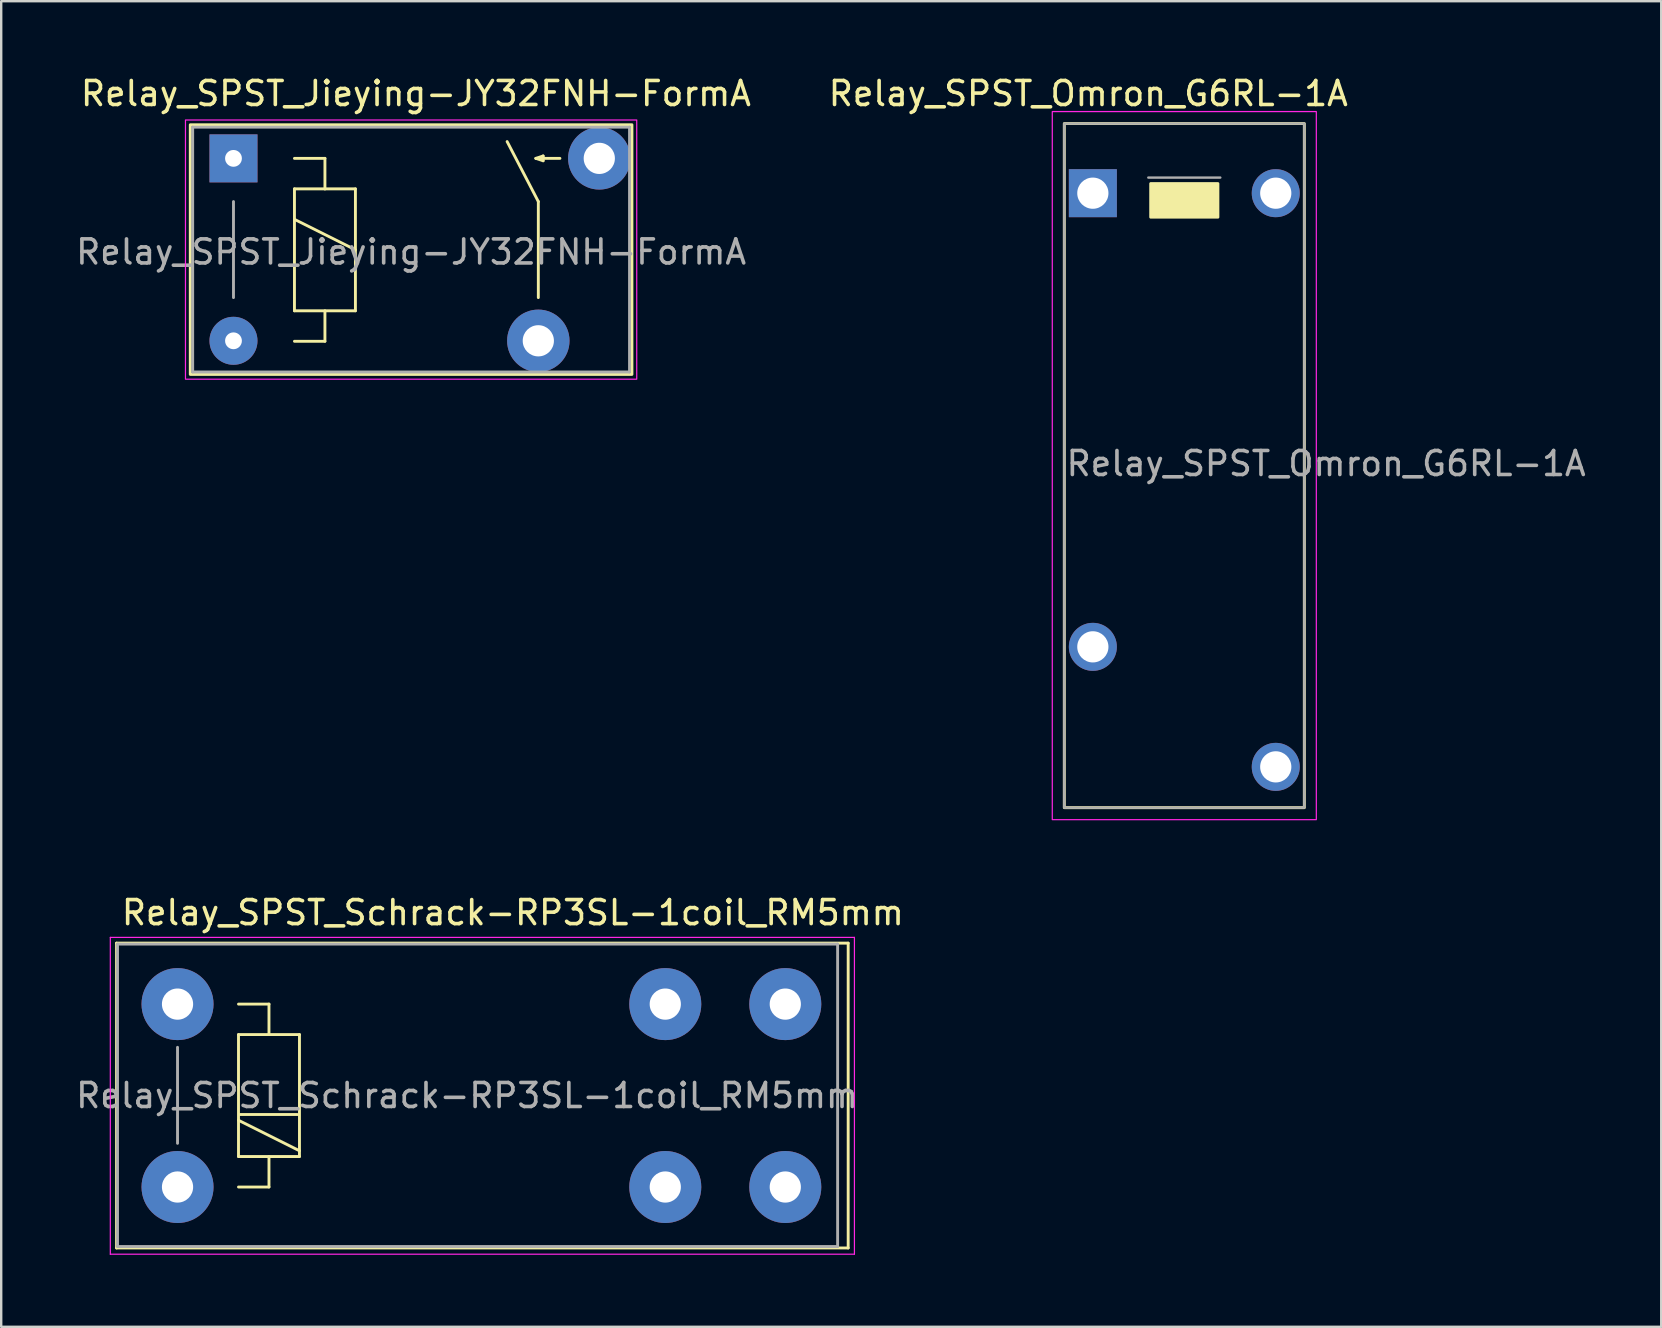
<source format=kicad_pcb>
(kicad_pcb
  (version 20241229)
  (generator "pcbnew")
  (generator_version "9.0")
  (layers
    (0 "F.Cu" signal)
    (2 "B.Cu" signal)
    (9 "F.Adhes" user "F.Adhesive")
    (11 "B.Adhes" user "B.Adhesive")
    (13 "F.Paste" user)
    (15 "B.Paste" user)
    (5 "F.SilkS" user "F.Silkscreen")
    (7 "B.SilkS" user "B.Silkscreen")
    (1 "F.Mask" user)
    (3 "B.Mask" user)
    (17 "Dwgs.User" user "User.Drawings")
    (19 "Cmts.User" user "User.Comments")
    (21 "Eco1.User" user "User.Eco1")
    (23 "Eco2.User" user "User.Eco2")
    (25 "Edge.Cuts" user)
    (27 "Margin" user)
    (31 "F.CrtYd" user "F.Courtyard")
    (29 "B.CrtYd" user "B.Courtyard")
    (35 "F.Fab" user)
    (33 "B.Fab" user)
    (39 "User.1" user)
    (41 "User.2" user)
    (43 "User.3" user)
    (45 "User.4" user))
  (footprint "Relay_SPST_Jieying-JY32FNH-FormA"
    (layer "F.Cu")
    (at 6.677 3.548)
    (property "Reference" "Relay_SPST_Jieying-JY32FNH-FormA" (at 7.6 -2.7 0) (layer "F.SilkS") (effects (font (size 1 1) (thickness 0.15))))
    (attr through_hole)
    (fp_line (start 2.54 0) (end 3.81 0) (stroke (width 0.12) (type solid)) (layer "F.SilkS"))
    (fp_line (start 2.54 1.27) (end 3.81 1.27) (stroke (width 0.12) (type solid)) (layer "F.SilkS"))
    (fp_line (start 2.54 2.54) (end 5.08 3.81) (stroke (width 0.12) (type solid)) (layer "F.SilkS"))
    (fp_line (start 2.54 6.35) (end 2.54 1.27) (stroke (width 0.12) (type solid)) (layer "F.SilkS"))
    (fp_line (start 3.81 0) (end 3.81 1.27) (stroke (width 0.12) (type solid)) (layer "F.SilkS"))
    (fp_line (start 3.81 1.27) (end 5.08 1.27) (stroke (width 0.12) (type solid)) (layer "F.SilkS"))
    (fp_line (start 3.81 6.35) (end 3.81 7.62) (stroke (width 0.12) (type solid)) (layer "F.SilkS"))
    (fp_line (start 3.81 7.62) (end 2.54 7.62) (stroke (width 0.12) (type solid)) (layer "F.SilkS"))
    (fp_line (start 5.08 1.27) (end 5.08 6.35) (stroke (width 0.12) (type solid)) (layer "F.SilkS"))
    (fp_line (start 5.08 6.35) (end 2.54 6.35) (stroke (width 0.12) (type solid)) (layer "F.SilkS"))
    (fp_line (start 12.6 0) (end 12.9 -0.1) (stroke (width 0.12) (type default)) (layer "F.SilkS"))
    (fp_line (start 12.7 1.8) (end 11.4 -0.7) (stroke (width 0.12) (type default)) (layer "F.SilkS"))
    (fp_line (start 12.7 5.8) (end 12.7 1.8) (stroke (width 0.12) (type default)) (layer "F.SilkS"))
    (fp_line (start 12.9 -0.1) (end 12.9 0.1) (stroke (width 0.12) (type default)) (layer "F.SilkS"))
    (fp_line (start 12.9 0.1) (end 12.6 0) (stroke (width 0.12) (type default)) (layer "F.SilkS"))
    (fp_line (start 13.6 0) (end 12.6 0) (stroke (width 0.12) (type default)) (layer "F.SilkS"))
    (fp_rect (start -1.8 -1.4) (end 16.6 9) (stroke (width 0.12) (type default)) (fill no) (layer "F.SilkS"))
    (fp_rect (start -2 -1.6) (end 16.8 9.2) (stroke (width 0.05) (type default)) (fill no) (layer "F.CrtYd"))
    (fp_line (start -1.7 8.9) (end -1.7 -1.3) (stroke (width 0.12) (type solid)) (layer "F.Fab"))
    (fp_line (start -1.7 8.9) (end 16.5 8.9) (stroke (width 0.12) (type default)) (layer "F.Fab"))
    (fp_line (start 0 1.8) (end 0 5.8) (stroke (width 0.12) (type solid)) (layer "F.Fab"))
    (fp_line (start 16.5 -1.3) (end -1.7 -1.3) (stroke (width 0.12) (type default)) (layer "F.Fab"))
    (fp_line (start 16.5 8.9) (end 16.5 -1.3) (stroke (width 0.12) (type default)) (layer "F.Fab"))
    (fp_text user "${REFERENCE}" (at 7.4 3.9 0) (layer "F.Fab") (effects (font (size 1 1) (thickness 0.15))))
    (pad "11" thru_hole circle (at 15.24 0) (size 2.6 2.6) (drill 1.3) (layers "*.Cu" "*.Mask"))
    (pad "14" thru_hole circle (at 12.7 7.6) (size 2.6 2.6) (drill 1.3) (layers "*.Cu" "*.Mask"))
    (pad "A1" thru_hole rect (at 0 0) (size 2 2) (drill 0.7) (layers "*.Cu" "*.Mask"))
    (pad "A2" thru_hole circle (at 0 7.6) (size 2 2) (drill 0.7) (layers "*.Cu" "*.Mask")))
  (footprint "Relay_SPST_Omron_G6RL-1A"
    (layer "F.Cu")
    (at 42.479 4.998)
    (property "Reference" "Relay_SPST_Omron_G6RL-1A" (at -0.19 -4.15 0) (unlocked yes) (layer "F.SilkS") (effects (font (size 1 1) (thickness 0.15))))
    (attr through_hole)
    (fp_rect (start -1.19 -2.9) (end 8.81 25.6) (stroke (width 0.12) (type solid)) (fill no) (layer "F.SilkS"))
    (fp_rect (start 2.41 -0.4) (end 5.21 1) (stroke (width 0.12) (type solid)) (fill yes) (layer "F.SilkS"))
    (fp_rect (start -1.69 -3.4) (end 9.31 26.1) (stroke (width 0.05) (type default)) (fill no) (layer "F.CrtYd"))
    (fp_line (start 2.31 -0.65) (end 5.31 -0.65) (stroke (width 0.1) (type default)) (layer "F.Fab"))
    (fp_rect (start -1.19 -2.9) (end 8.81 25.6) (stroke (width 0.1) (type default)) (fill no) (layer "F.Fab"))
    (fp_text user "${REFERENCE}" (at -1.19 11.85 0) (unlocked yes) (layer "F.Fab") (effects (font (size 1 1) (thickness 0.15)) (justify left bottom)))
    (pad "1" thru_hole rect (at 0 0 90) (size 2 2) (drill 1.3) (layers "*.Cu" "*.Mask"))
    (pad "2" thru_hole circle (at 0 18.9 90) (size 2 2) (drill 1.3) (layers "*.Cu" "*.Mask"))
    (pad "3" thru_hole circle (at 7.62 23.9 90) (size 2 2) (drill 1.3) (layers "*.Cu" "*.Mask"))
    (pad "5" thru_hole circle (at 7.62 0 90) (size 2 2) (drill 1.3) (layers "*.Cu" "*.Mask")))
  (footprint "Relay_SPST_Schrack-RP3SL-1coil_RM5mm"
    (layer "F.Cu")
    (at 4.346 38.782)
    (property "Reference" "Relay_SPST_Schrack-RP3SL-1coil_RM5mm" (at 13.97 -3.81 0) (layer "F.SilkS") (effects (font (size 1 1) (thickness 0.15))))
    (attr through_hole)
    (fp_line (start -2.54 -2.54) (end 27.94 -2.54) (stroke (width 0.12) (type solid)) (layer "F.SilkS"))
    (fp_line (start -2.54 10.16) (end -2.54 -2.54) (stroke (width 0.12) (type solid)) (layer "F.SilkS"))
    (fp_line (start 2.54 0) (end 3.81 0) (stroke (width 0.12) (type solid)) (layer "F.SilkS"))
    (fp_line (start 2.54 1.27) (end 3.81 1.27) (stroke (width 0.12) (type solid)) (layer "F.SilkS"))
    (fp_line (start 2.54 4.84) (end 5.08 6.11) (stroke (width 0.12) (type solid)) (layer "F.SilkS"))
    (fp_line (start 2.54 6.35) (end 2.54 1.27) (stroke (width 0.12) (type solid)) (layer "F.SilkS"))
    (fp_line (start 2.6 4.6) (end 5 4.6) (stroke (width 0.12) (type solid)) (layer "F.SilkS"))
    (fp_line (start 3.81 0) (end 3.81 1.27) (stroke (width 0.12) (type solid)) (layer "F.SilkS"))
    (fp_line (start 3.81 1.27) (end 5.08 1.27) (stroke (width 0.12) (type solid)) (layer "F.SilkS"))
    (fp_line (start 3.81 6.35) (end 3.81 7.62) (stroke (width 0.12) (type solid)) (layer "F.SilkS"))
    (fp_line (start 3.81 7.62) (end 2.54 7.62) (stroke (width 0.12) (type solid)) (layer "F.SilkS"))
    (fp_line (start 5.08 1.27) (end 5.08 6.35) (stroke (width 0.12) (type solid)) (layer "F.SilkS"))
    (fp_line (start 5.08 6.35) (end 2.54 6.35) (stroke (width 0.12) (type solid)) (layer "F.SilkS"))
    (fp_line (start 27.94 -2.54) (end 27.94 10.16) (stroke (width 0.12) (type solid)) (layer "F.SilkS"))
    (fp_line (start 27.94 10.16) (end -2.54 10.16) (stroke (width 0.12) (type solid)) (layer "F.SilkS"))
    (fp_line (start -2.8 -2.78) (end 28.2 -2.78) (stroke (width 0.05) (type solid)) (layer "F.CrtYd"))
    (fp_line (start -2.8 10.42) (end -2.8 -2.78) (stroke (width 0.05) (type solid)) (layer "F.CrtYd"))
    (fp_line (start 28.2 -2.78) (end 28.2 10.42) (stroke (width 0.05) (type solid)) (layer "F.CrtYd"))
    (fp_line (start 28.2 10.42) (end -2.8 10.42) (stroke (width 0.05) (type solid)) (layer "F.CrtYd"))
    (fp_line (start -2.5 -2.5) (end 27.5 -2.5) (stroke (width 0.12) (type solid)) (layer "F.Fab"))
    (fp_line (start -2.5 10.1) (end -2.5 -2.5) (stroke (width 0.12) (type solid)) (layer "F.Fab"))
    (fp_line (start 0 1.8) (end 0 5.8) (stroke (width 0.12) (type solid)) (layer "F.Fab"))
    (fp_line (start 27.5 -2.5) (end 27.5 10.1) (stroke (width 0.12) (type solid)) (layer "F.Fab"))
    (fp_line (start 27.5 10.1) (end -2.5 10.1) (stroke (width 0.12) (type solid)) (layer "F.Fab"))
    (fp_text user "${REFERENCE}" (at 12.065 3.81 0) (layer "F.Fab") (effects (font (size 1 1) (thickness 0.15))))
    (pad "11" thru_hole circle (at 20.32 0) (size 3 3) (drill 1.3) (layers "*.Cu" "*.Mask"))
    (pad "11" thru_hole circle (at 20.32 7.62) (size 3 3) (drill 1.3) (layers "*.Cu" "*.Mask"))
    (pad "14" thru_hole circle (at 25.32 0) (size 3 3) (drill 1.3) (layers "*.Cu" "*.Mask"))
    (pad "14" thru_hole circle (at 25.32 7.62) (size 3 3) (drill 1.3) (layers "*.Cu" "*.Mask"))
    (pad "A1" thru_hole circle (at 0 0) (size 3 3) (drill 1.3) (layers "*.Cu" "*.Mask"))
    (pad "A2" thru_hole circle (at 0 7.62) (size 3 3) (drill 1.3) (layers "*.Cu" "*.Mask")))
  (gr_rect
    (start -3 -3)
    (end 66.158 52.227)
    (stroke (width 0.1) (type default))
    (fill no)
    (layer "Edge.Cuts")))
</source>
